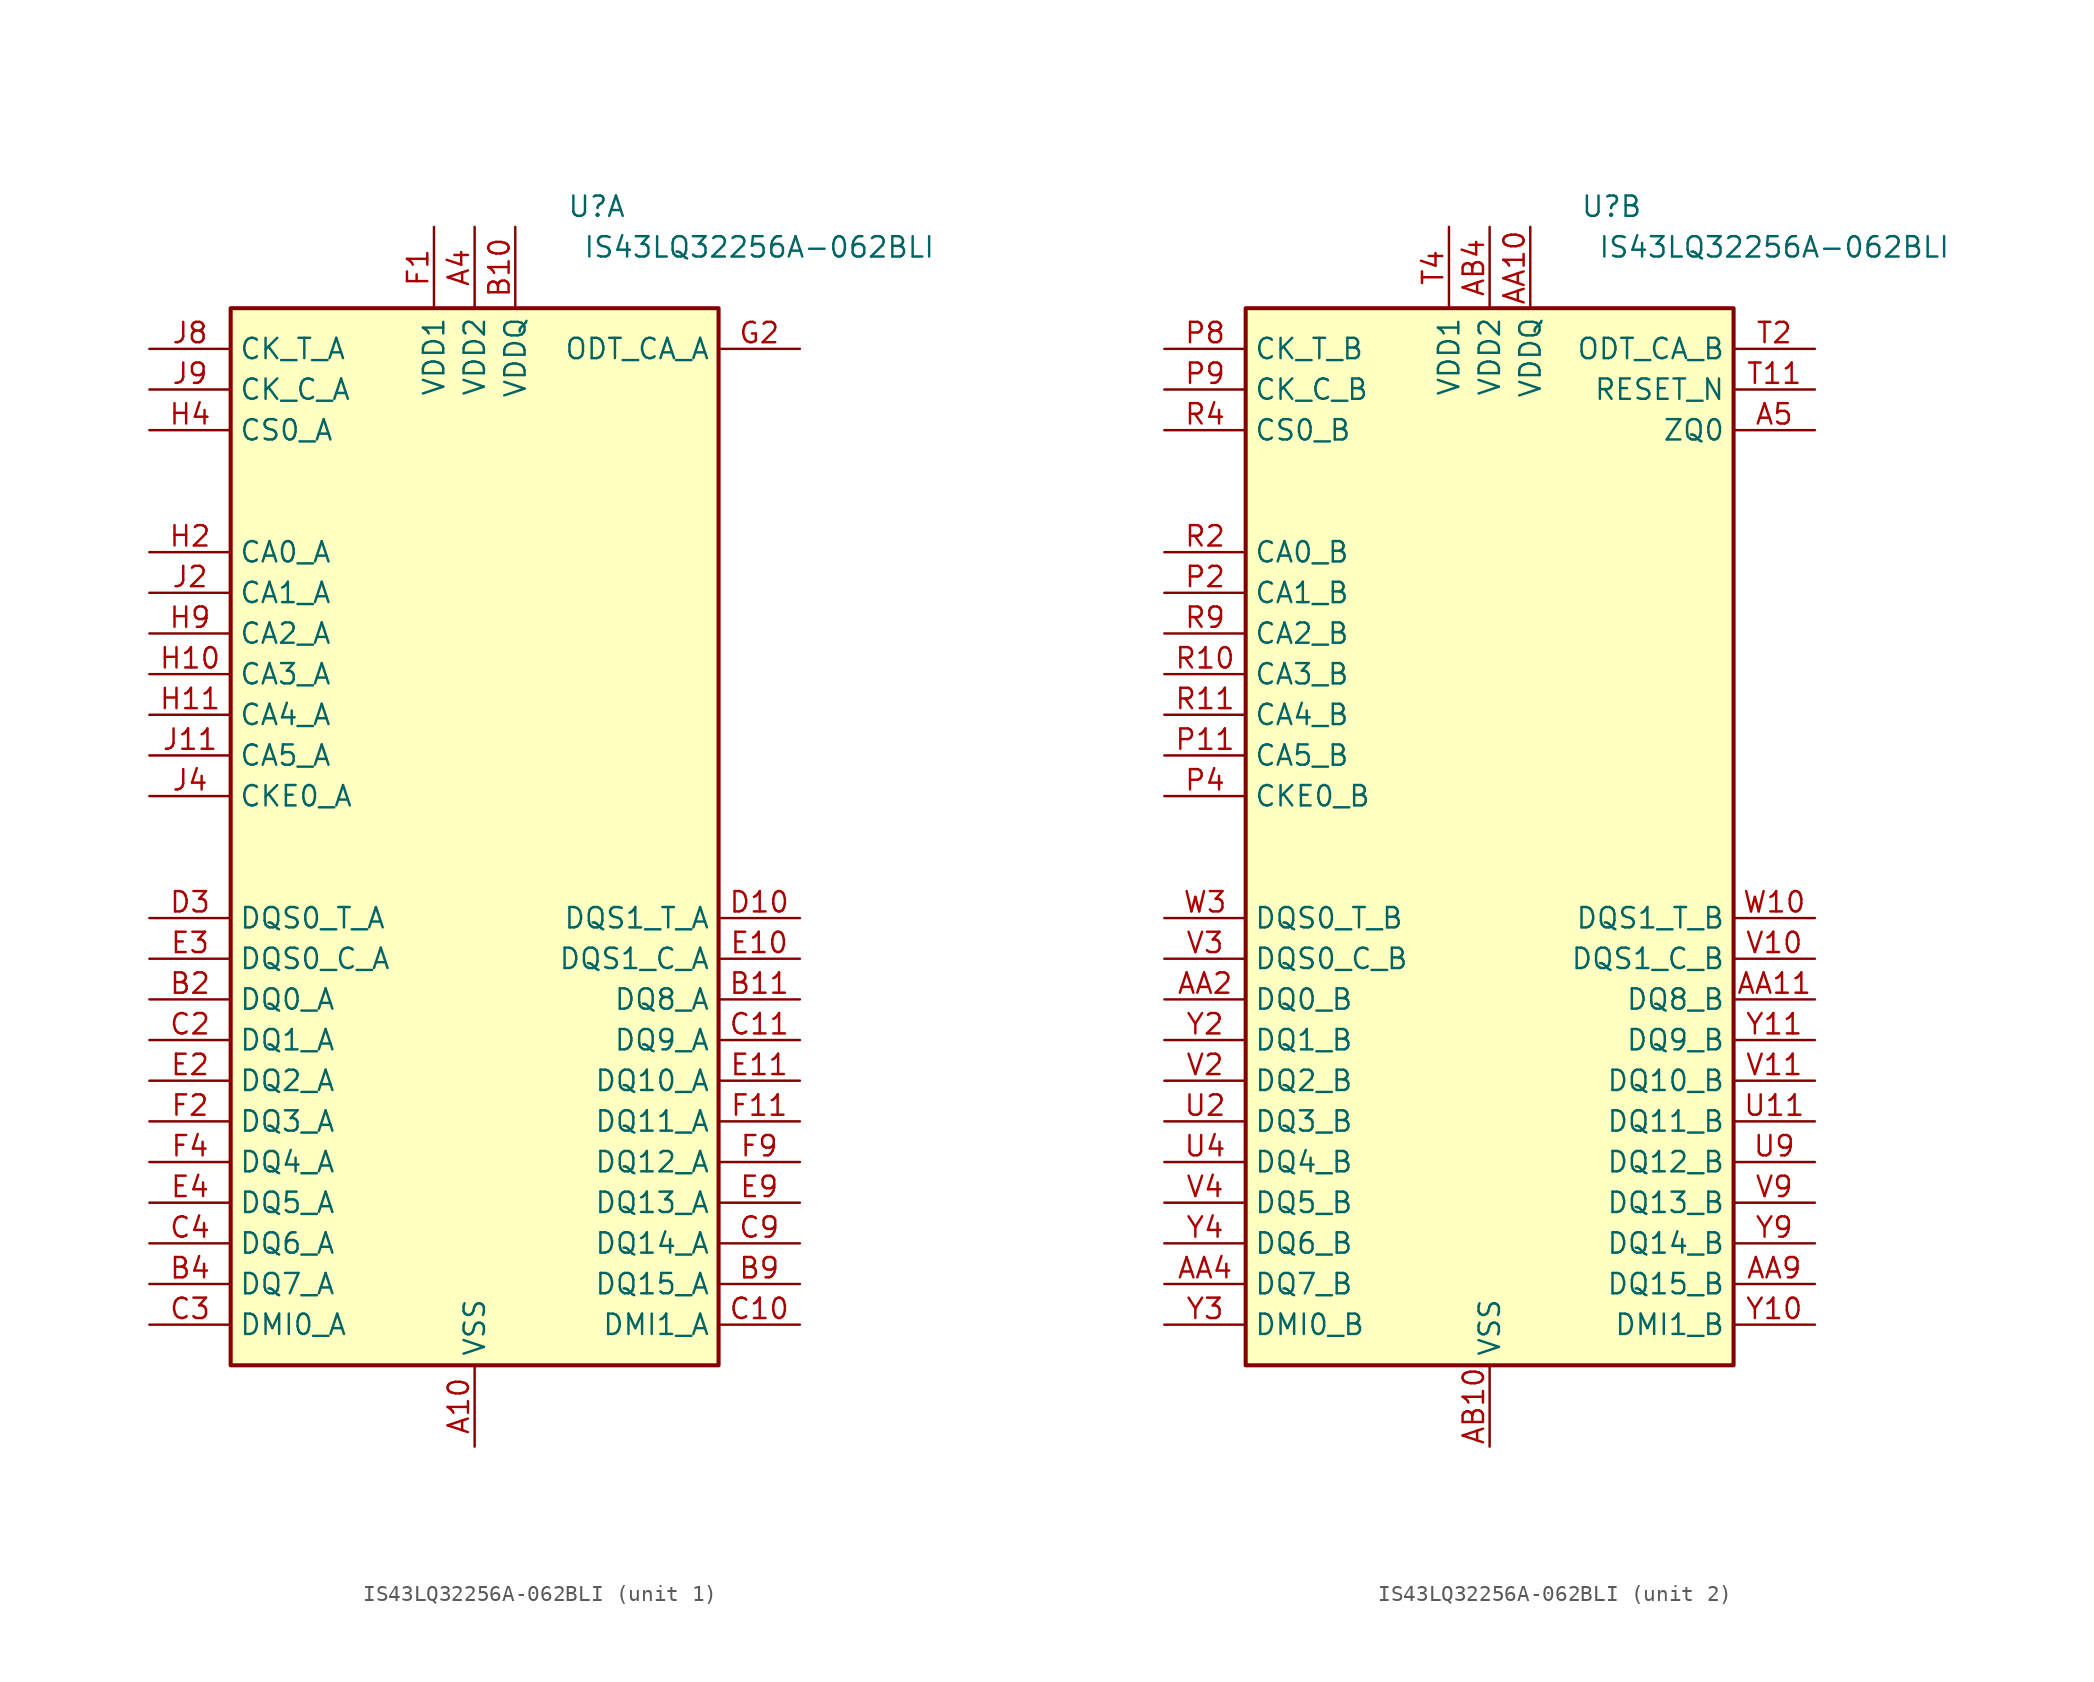
<source format=kicad_sym>
(kicad_symbol_lib
  (version 20201005)
  (generator kicad_symbol_editor)
  (symbol "Memory_RAM:IS43LQ32256A-062BLI"
    (property "Reference" "U"
      (at 7.62 39.37 0)
      (effects (font (size 1.27 1.27))))
    (property "Value" "IS43LQ32256A-062BLI"
      (at 17.78 36.83 0)
      (effects (font (size 1.27 1.27))))
    (property "ki_locked" ""
      (at 0 0 0)
      (effects (font (size 1.27 1.27))))
    (symbol "IS43LQ32256A-062BLI_1_0"
      (rectangle (start -15.24 -33.02) (end 15.24 33.02) (stroke (width 0.254)) (fill (type background))))
    (symbol "IS43LQ32256A-062BLI_1_1"
      (pin no_connect line (at 15.24 12.7 180) (length 5.08) hide (name "DNU" (effects (font (size 1.27 1.27)))) (number "A1" (effects (font (size 1.27 1.27)))))
      (pin power_in line (at 0 -38.1 90) (length 5.08) (name "VSS" (effects (font (size 1.27 1.27)))) (number "A10" (effects (font (size 1.27 1.27)))))
      (pin no_connect line (at 15.24 7.62 180) (length 5.08) hide (name "DNU" (effects (font (size 1.27 1.27)))) (number "A11" (effects (font (size 1.27 1.27)))))
      (pin no_connect line (at 15.24 5.08 180) (length 5.08) hide (name "DNU" (effects (font (size 1.27 1.27)))) (number "A12" (effects (font (size 1.27 1.27)))))
      (pin no_connect line (at 15.24 10.16 180) (length 5.08) hide (name "DNU" (effects (font (size 1.27 1.27)))) (number "A2" (effects (font (size 1.27 1.27)))))
      (pin passive line (at 0 -38.1 90) (length 5.08) hide (name "VSS" (effects (font (size 1.27 1.27)))) (number "A3" (effects (font (size 1.27 1.27)))))
      (pin power_in line (at 0 38.1 270) (length 5.08) (name "VDD2" (effects (font (size 1.27 1.27)))) (number "A4" (effects (font (size 1.27 1.27)))))
      (pin passive line (at 0 38.1 270) (length 5.08) hide (name "VDD2" (effects (font (size 1.27 1.27)))) (number "A9" (effects (font (size 1.27 1.27)))))
      (pin no_connect line (at 15.24 2.54 180) (length 5.08) hide (name "DNU" (effects (font (size 1.27 1.27)))) (number "B1" (effects (font (size 1.27 1.27)))))
      (pin power_in line (at 2.54 38.1 270) (length 5.08) (name "VDDQ" (effects (font (size 1.27 1.27)))) (number "B10" (effects (font (size 1.27 1.27)))))
      (pin bidirectional line (at 20.32 -10.16 180) (length 5.08) (name "DQ8_A" (effects (font (size 1.27 1.27)))) (number "B11" (effects (font (size 1.27 1.27)))))
      (pin no_connect line (at 15.24 0 180) (length 5.08) hide (name "DNU" (effects (font (size 1.27 1.27)))) (number "B12" (effects (font (size 1.27 1.27)))))
      (pin bidirectional line (at -20.32 -10.16 0) (length 5.08) (name "DQ0_A" (effects (font (size 1.27 1.27)))) (number "B2" (effects (font (size 1.27 1.27)))))
      (pin passive line (at 2.54 38.1 270) (length 5.08) hide (name "VDDQ" (effects (font (size 1.27 1.27)))) (number "B3" (effects (font (size 1.27 1.27)))))
      (pin bidirectional line (at -20.32 -27.94 0) (length 5.08) (name "DQ7_A" (effects (font (size 1.27 1.27)))) (number "B4" (effects (font (size 1.27 1.27)))))
      (pin passive line (at 2.54 38.1 270) (length 5.08) hide (name "VDDQ" (effects (font (size 1.27 1.27)))) (number "B5" (effects (font (size 1.27 1.27)))))
      (pin passive line (at 2.54 38.1 270) (length 5.08) hide (name "VDDQ" (effects (font (size 1.27 1.27)))) (number "B8" (effects (font (size 1.27 1.27)))))
      (pin bidirectional line (at 20.32 -27.94 180) (length 5.08) (name "DQ15_A" (effects (font (size 1.27 1.27)))) (number "B9" (effects (font (size 1.27 1.27)))))
      (pin passive line (at 0 -38.1 90) (length 5.08) hide (name "VSS" (effects (font (size 1.27 1.27)))) (number "C1" (effects (font (size 1.27 1.27)))))
      (pin bidirectional line (at 20.32 -30.48 180) (length 5.08) (name "DMI1_A" (effects (font (size 1.27 1.27)))) (number "C10" (effects (font (size 1.27 1.27)))))
      (pin bidirectional line (at 20.32 -12.7 180) (length 5.08) (name "DQ9_A" (effects (font (size 1.27 1.27)))) (number "C11" (effects (font (size 1.27 1.27)))))
      (pin passive line (at 0 -38.1 90) (length 5.08) hide (name "VSS" (effects (font (size 1.27 1.27)))) (number "C12" (effects (font (size 1.27 1.27)))))
      (pin bidirectional line (at -20.32 -12.7 0) (length 5.08) (name "DQ1_A" (effects (font (size 1.27 1.27)))) (number "C2" (effects (font (size 1.27 1.27)))))
      (pin bidirectional line (at -20.32 -30.48 0) (length 5.08) (name "DMI0_A" (effects (font (size 1.27 1.27)))) (number "C3" (effects (font (size 1.27 1.27)))))
      (pin bidirectional line (at -20.32 -25.4 0) (length 5.08) (name "DQ6_A" (effects (font (size 1.27 1.27)))) (number "C4" (effects (font (size 1.27 1.27)))))
      (pin passive line (at 0 -38.1 90) (length 5.08) hide (name "VSS" (effects (font (size 1.27 1.27)))) (number "C5" (effects (font (size 1.27 1.27)))))
      (pin passive line (at 0 -38.1 90) (length 5.08) hide (name "VSS" (effects (font (size 1.27 1.27)))) (number "C8" (effects (font (size 1.27 1.27)))))
      (pin bidirectional line (at 20.32 -25.4 180) (length 5.08) (name "DQ14_A" (effects (font (size 1.27 1.27)))) (number "C9" (effects (font (size 1.27 1.27)))))
      (pin passive line (at 2.54 38.1 270) (length 5.08) hide (name "VDDQ" (effects (font (size 1.27 1.27)))) (number "D1" (effects (font (size 1.27 1.27)))))
      (pin bidirectional line (at 20.32 -5.08 180) (length 5.08) (name "DQS1_T_A" (effects (font (size 1.27 1.27)))) (number "D10" (effects (font (size 1.27 1.27)))))
      (pin passive line (at 0 -38.1 90) (length 5.08) hide (name "VSS" (effects (font (size 1.27 1.27)))) (number "D11" (effects (font (size 1.27 1.27)))))
      (pin passive line (at 2.54 38.1 270) (length 5.08) hide (name "VDDQ" (effects (font (size 1.27 1.27)))) (number "D12" (effects (font (size 1.27 1.27)))))
      (pin passive line (at 0 -38.1 90) (length 5.08) hide (name "VSS" (effects (font (size 1.27 1.27)))) (number "D2" (effects (font (size 1.27 1.27)))))
      (pin bidirectional line (at -20.32 -5.08 0) (length 5.08) (name "DQS0_T_A" (effects (font (size 1.27 1.27)))) (number "D3" (effects (font (size 1.27 1.27)))))
      (pin passive line (at 0 -38.1 90) (length 5.08) hide (name "VSS" (effects (font (size 1.27 1.27)))) (number "D4" (effects (font (size 1.27 1.27)))))
      (pin passive line (at 2.54 38.1 270) (length 5.08) hide (name "VDDQ" (effects (font (size 1.27 1.27)))) (number "D5" (effects (font (size 1.27 1.27)))))
      (pin passive line (at 2.54 38.1 270) (length 5.08) hide (name "VDDQ" (effects (font (size 1.27 1.27)))) (number "D8" (effects (font (size 1.27 1.27)))))
      (pin passive line (at 0 -38.1 90) (length 5.08) hide (name "VSS" (effects (font (size 1.27 1.27)))) (number "D9" (effects (font (size 1.27 1.27)))))
      (pin passive line (at 0 -38.1 90) (length 5.08) hide (name "VSS" (effects (font (size 1.27 1.27)))) (number "E1" (effects (font (size 1.27 1.27)))))
      (pin bidirectional line (at 20.32 -7.62 180) (length 5.08) (name "DQS1_C_A" (effects (font (size 1.27 1.27)))) (number "E10" (effects (font (size 1.27 1.27)))))
      (pin bidirectional line (at 20.32 -15.24 180) (length 5.08) (name "DQ10_A" (effects (font (size 1.27 1.27)))) (number "E11" (effects (font (size 1.27 1.27)))))
      (pin passive line (at 0 -38.1 90) (length 5.08) hide (name "VSS" (effects (font (size 1.27 1.27)))) (number "E12" (effects (font (size 1.27 1.27)))))
      (pin bidirectional line (at -20.32 -15.24 0) (length 5.08) (name "DQ2_A" (effects (font (size 1.27 1.27)))) (number "E2" (effects (font (size 1.27 1.27)))))
      (pin bidirectional line (at -20.32 -7.62 0) (length 5.08) (name "DQS0_C_A" (effects (font (size 1.27 1.27)))) (number "E3" (effects (font (size 1.27 1.27)))))
      (pin bidirectional line (at -20.32 -22.86 0) (length 5.08) (name "DQ5_A" (effects (font (size 1.27 1.27)))) (number "E4" (effects (font (size 1.27 1.27)))))
      (pin passive line (at 0 -38.1 90) (length 5.08) hide (name "VSS" (effects (font (size 1.27 1.27)))) (number "E5" (effects (font (size 1.27 1.27)))))
      (pin passive line (at 0 -38.1 90) (length 5.08) hide (name "VSS" (effects (font (size 1.27 1.27)))) (number "E8" (effects (font (size 1.27 1.27)))))
      (pin bidirectional line (at 20.32 -22.86 180) (length 5.08) (name "DQ13_A" (effects (font (size 1.27 1.27)))) (number "E9" (effects (font (size 1.27 1.27)))))
      (pin power_in line (at -2.54 38.1 270) (length 5.08) (name "VDD1" (effects (font (size 1.27 1.27)))) (number "F1" (effects (font (size 1.27 1.27)))))
      (pin passive line (at 2.54 38.1 270) (length 5.08) hide (name "VDDQ" (effects (font (size 1.27 1.27)))) (number "F10" (effects (font (size 1.27 1.27)))))
      (pin bidirectional line (at 20.32 -17.78 180) (length 5.08) (name "DQ11_A" (effects (font (size 1.27 1.27)))) (number "F11" (effects (font (size 1.27 1.27)))))
      (pin passive line (at -2.54 38.1 270) (length 5.08) hide (name "VDD1" (effects (font (size 1.27 1.27)))) (number "F12" (effects (font (size 1.27 1.27)))))
      (pin bidirectional line (at -20.32 -17.78 0) (length 5.08) (name "DQ3_A" (effects (font (size 1.27 1.27)))) (number "F2" (effects (font (size 1.27 1.27)))))
      (pin passive line (at 2.54 38.1 270) (length 5.08) hide (name "VDDQ" (effects (font (size 1.27 1.27)))) (number "F3" (effects (font (size 1.27 1.27)))))
      (pin bidirectional line (at -20.32 -20.32 0) (length 5.08) (name "DQ4_A" (effects (font (size 1.27 1.27)))) (number "F4" (effects (font (size 1.27 1.27)))))
      (pin passive line (at 0 38.1 270) (length 5.08) hide (name "VDD2" (effects (font (size 1.27 1.27)))) (number "F5" (effects (font (size 1.27 1.27)))))
      (pin passive line (at 0 38.1 270) (length 5.08) hide (name "VDD2" (effects (font (size 1.27 1.27)))) (number "F8" (effects (font (size 1.27 1.27)))))
      (pin bidirectional line (at 20.32 -20.32 180) (length 5.08) (name "DQ12_A" (effects (font (size 1.27 1.27)))) (number "F9" (effects (font (size 1.27 1.27)))))
      (pin passive line (at 0 -38.1 90) (length 5.08) hide (name "VSS" (effects (font (size 1.27 1.27)))) (number "G1" (effects (font (size 1.27 1.27)))))
      (pin passive line (at 0 -38.1 90) (length 5.08) hide (name "VSS" (effects (font (size 1.27 1.27)))) (number "G10" (effects (font (size 1.27 1.27)))))
      (pin passive line (at 0 -38.1 90) (length 5.08) hide (name "VSS" (effects (font (size 1.27 1.27)))) (number "G12" (effects (font (size 1.27 1.27)))))
      (pin input line (at 20.32 30.48 180) (length 5.08) (name "ODT_CA_A" (effects (font (size 1.27 1.27)))) (number "G2" (effects (font (size 1.27 1.27)))))
      (pin passive line (at 0 -38.1 90) (length 5.08) hide (name "VSS" (effects (font (size 1.27 1.27)))) (number "G3" (effects (font (size 1.27 1.27)))))
      (pin passive line (at -2.54 38.1 270) (length 5.08) hide (name "VDD1" (effects (font (size 1.27 1.27)))) (number "G4" (effects (font (size 1.27 1.27)))))
      (pin passive line (at 0 -38.1 90) (length 5.08) hide (name "VSS" (effects (font (size 1.27 1.27)))) (number "G5" (effects (font (size 1.27 1.27)))))
      (pin passive line (at 0 -38.1 90) (length 5.08) hide (name "VSS" (effects (font (size 1.27 1.27)))) (number "G8" (effects (font (size 1.27 1.27)))))
      (pin passive line (at -2.54 38.1 270) (length 5.08) hide (name "VDD1" (effects (font (size 1.27 1.27)))) (number "G9" (effects (font (size 1.27 1.27)))))
      (pin passive line (at 0 38.1 270) (length 5.08) hide (name "VDD2" (effects (font (size 1.27 1.27)))) (number "H1" (effects (font (size 1.27 1.27)))))
      (pin input line (at -20.32 10.16 0) (length 5.08) (name "CA3_A" (effects (font (size 1.27 1.27)))) (number "H10" (effects (font (size 1.27 1.27)))))
      (pin input line (at -20.32 7.62 0) (length 5.08) (name "CA4_A" (effects (font (size 1.27 1.27)))) (number "H11" (effects (font (size 1.27 1.27)))))
      (pin passive line (at 0 38.1 270) (length 5.08) hide (name "VDD2" (effects (font (size 1.27 1.27)))) (number "H12" (effects (font (size 1.27 1.27)))))
      (pin input line (at -20.32 17.78 0) (length 5.08) (name "CA0_A" (effects (font (size 1.27 1.27)))) (number "H2" (effects (font (size 1.27 1.27)))))
      (pin no_connect line (at -15.24 22.86 0) (length 5.08) hide (name "NC" (effects (font (size 1.27 1.27)))) (number "H3" (effects (font (size 1.27 1.27)))))
      (pin input line (at -20.32 25.4 0) (length 5.08) (name "CS0_A" (effects (font (size 1.27 1.27)))) (number "H4" (effects (font (size 1.27 1.27)))))
      (pin passive line (at 0 38.1 270) (length 5.08) hide (name "VDD2" (effects (font (size 1.27 1.27)))) (number "H5" (effects (font (size 1.27 1.27)))))
      (pin passive line (at 0 38.1 270) (length 5.08) hide (name "VDD2" (effects (font (size 1.27 1.27)))) (number "H8" (effects (font (size 1.27 1.27)))))
      (pin input line (at -20.32 12.7 0) (length 5.08) (name "CA2_A" (effects (font (size 1.27 1.27)))) (number "H9" (effects (font (size 1.27 1.27)))))
      (pin passive line (at 0 -38.1 90) (length 5.08) hide (name "VSS" (effects (font (size 1.27 1.27)))) (number "J1" (effects (font (size 1.27 1.27)))))
      (pin passive line (at 0 -38.1 90) (length 5.08) hide (name "VSS" (effects (font (size 1.27 1.27)))) (number "J10" (effects (font (size 1.27 1.27)))))
      (pin input line (at -20.32 5.08 0) (length 5.08) (name "CA5_A" (effects (font (size 1.27 1.27)))) (number "J11" (effects (font (size 1.27 1.27)))))
      (pin passive line (at 0 -38.1 90) (length 5.08) hide (name "VSS" (effects (font (size 1.27 1.27)))) (number "J12" (effects (font (size 1.27 1.27)))))
      (pin input line (at -20.32 15.24 0) (length 5.08) (name "CA1_A" (effects (font (size 1.27 1.27)))) (number "J2" (effects (font (size 1.27 1.27)))))
      (pin passive line (at 0 -38.1 90) (length 5.08) hide (name "VSS" (effects (font (size 1.27 1.27)))) (number "J3" (effects (font (size 1.27 1.27)))))
      (pin input line (at -20.32 2.54 0) (length 5.08) (name "CKE0_A" (effects (font (size 1.27 1.27)))) (number "J4" (effects (font (size 1.27 1.27)))))
      (pin no_connect line (at -15.24 0 0) (length 5.08) hide (name "NC" (effects (font (size 1.27 1.27)))) (number "J5" (effects (font (size 1.27 1.27)))))
      (pin input line (at -20.32 30.48 0) (length 5.08) (name "CK_T_A" (effects (font (size 1.27 1.27)))) (number "J8" (effects (font (size 1.27 1.27)))))
      (pin input line (at -20.32 27.94 0) (length 5.08) (name "CK_C_A" (effects (font (size 1.27 1.27)))) (number "J9" (effects (font (size 1.27 1.27)))))
      (pin passive line (at 0 38.1 270) (length 5.08) hide (name "VDD2" (effects (font (size 1.27 1.27)))) (number "K1" (effects (font (size 1.27 1.27)))))
      (pin passive line (at 0 38.1 270) (length 5.08) hide (name "VDD2" (effects (font (size 1.27 1.27)))) (number "K10" (effects (font (size 1.27 1.27)))))
      (pin passive line (at 0 -38.1 90) (length 5.08) hide (name "VSS" (effects (font (size 1.27 1.27)))) (number "K11" (effects (font (size 1.27 1.27)))))
      (pin passive line (at 0 38.1 270) (length 5.08) hide (name "VDD2" (effects (font (size 1.27 1.27)))) (number "K12" (effects (font (size 1.27 1.27)))))
      (pin passive line (at 0 -38.1 90) (length 5.08) hide (name "VSS" (effects (font (size 1.27 1.27)))) (number "K2" (effects (font (size 1.27 1.27)))))
      (pin passive line (at 0 38.1 270) (length 5.08) hide (name "VDD2" (effects (font (size 1.27 1.27)))) (number "K3" (effects (font (size 1.27 1.27)))))
      (pin passive line (at 0 -38.1 90) (length 5.08) hide (name "VSS" (effects (font (size 1.27 1.27)))) (number "K4" (effects (font (size 1.27 1.27)))))
      (pin no_connect line (at -15.24 20.32 0) (length 5.08) hide (name "NC" (effects (font (size 1.27 1.27)))) (number "K5" (effects (font (size 1.27 1.27)))))
      (pin no_connect line (at -15.24 -2.54 0) (length 5.08) hide (name "NC" (effects (font (size 1.27 1.27)))) (number "K8" (effects (font (size 1.27 1.27)))))
      (pin passive line (at 0 -38.1 90) (length 5.08) hide (name "VSS" (effects (font (size 1.27 1.27)))) (number "K9" (effects (font (size 1.27 1.27))))))
    (symbol "IS43LQ32256A-062BLI_2_0"
      (rectangle (start -15.24 -33.02) (end 15.24 33.02) (stroke (width 0.254)) (fill (type background))))
    (symbol "IS43LQ32256A-062BLI_2_1"
      (pin input line (at 20.32 25.4 180) (length 5.08) (name "ZQ0" (effects (font (size 1.27 1.27)))) (number "A5" (effects (font (size 1.27 1.27)))))
      (pin no_connect line (at 15.24 22.86 180) (length 5.08) hide (name "NC" (effects (font (size 1.27 1.27)))) (number "A8" (effects (font (size 1.27 1.27)))))
      (pin no_connect line (at 15.24 12.7 180) (length 5.08) hide (name "DNU" (effects (font (size 1.27 1.27)))) (number "AA1" (effects (font (size 1.27 1.27)))))
      (pin power_in line (at 2.54 38.1 270) (length 5.08) (name "VDDQ" (effects (font (size 1.27 1.27)))) (number "AA10" (effects (font (size 1.27 1.27)))))
      (pin bidirectional line (at 20.32 -10.16 180) (length 5.08) (name "DQ8_B" (effects (font (size 1.27 1.27)))) (number "AA11" (effects (font (size 1.27 1.27)))))
      (pin no_connect line (at 15.24 10.16 180) (length 5.08) hide (name "DNU" (effects (font (size 1.27 1.27)))) (number "AA12" (effects (font (size 1.27 1.27)))))
      (pin bidirectional line (at -20.32 -10.16 0) (length 5.08) (name "DQ0_B" (effects (font (size 1.27 1.27)))) (number "AA2" (effects (font (size 1.27 1.27)))))
      (pin passive line (at 2.54 38.1 270) (length 5.08) hide (name "VDDQ" (effects (font (size 1.27 1.27)))) (number "AA3" (effects (font (size 1.27 1.27)))))
      (pin bidirectional line (at -20.32 -27.94 0) (length 5.08) (name "DQ7_B" (effects (font (size 1.27 1.27)))) (number "AA4" (effects (font (size 1.27 1.27)))))
      (pin passive line (at 2.54 38.1 270) (length 5.08) hide (name "VDDQ" (effects (font (size 1.27 1.27)))) (number "AA5" (effects (font (size 1.27 1.27)))))
      (pin passive line (at 2.54 38.1 270) (length 5.08) hide (name "VDDQ" (effects (font (size 1.27 1.27)))) (number "AA8" (effects (font (size 1.27 1.27)))))
      (pin bidirectional line (at 20.32 -27.94 180) (length 5.08) (name "DQ15_B" (effects (font (size 1.27 1.27)))) (number "AA9" (effects (font (size 1.27 1.27)))))
      (pin no_connect line (at 15.24 7.62 180) (length 5.08) hide (name "DNU" (effects (font (size 1.27 1.27)))) (number "AB1" (effects (font (size 1.27 1.27)))))
      (pin power_in line (at 0 -38.1 90) (length 5.08) (name "VSS" (effects (font (size 1.27 1.27)))) (number "AB10" (effects (font (size 1.27 1.27)))))
      (pin no_connect line (at 15.24 2.54 180) (length 5.08) hide (name "DNU" (effects (font (size 1.27 1.27)))) (number "AB11" (effects (font (size 1.27 1.27)))))
      (pin no_connect line (at 15.24 0 180) (length 5.08) hide (name "DNU" (effects (font (size 1.27 1.27)))) (number "AB12" (effects (font (size 1.27 1.27)))))
      (pin no_connect line (at 15.24 5.08 180) (length 5.08) hide (name "DNU" (effects (font (size 1.27 1.27)))) (number "AB2" (effects (font (size 1.27 1.27)))))
      (pin passive line (at 0 -38.1 90) (length 5.08) hide (name "VSS" (effects (font (size 1.27 1.27)))) (number "AB3" (effects (font (size 1.27 1.27)))))
      (pin power_in line (at 0 38.1 270) (length 5.08) (name "VDD2" (effects (font (size 1.27 1.27)))) (number "AB4" (effects (font (size 1.27 1.27)))))
      (pin passive line (at 0 -38.1 90) (length 5.08) hide (name "VSS" (effects (font (size 1.27 1.27)))) (number "AB5" (effects (font (size 1.27 1.27)))))
      (pin passive line (at 0 -38.1 90) (length 5.08) hide (name "VSS" (effects (font (size 1.27 1.27)))) (number "AB8" (effects (font (size 1.27 1.27)))))
      (pin passive line (at 0 38.1 270) (length 5.08) hide (name "VDD2" (effects (font (size 1.27 1.27)))) (number "AB9" (effects (font (size 1.27 1.27)))))
      (pin no_connect line (at 15.24 20.32 180) (length 5.08) hide (name "NC" (effects (font (size 1.27 1.27)))) (number "G11" (effects (font (size 1.27 1.27)))))
      (pin passive line (at 0 38.1 270) (length 5.08) hide (name "VDD2" (effects (font (size 1.27 1.27)))) (number "N1" (effects (font (size 1.27 1.27)))))
      (pin passive line (at 0 38.1 270) (length 5.08) hide (name "VDD2" (effects (font (size 1.27 1.27)))) (number "N10" (effects (font (size 1.27 1.27)))))
      (pin passive line (at 0 -38.1 90) (length 5.08) hide (name "VSS" (effects (font (size 1.27 1.27)))) (number "N11" (effects (font (size 1.27 1.27)))))
      (pin passive line (at 0 38.1 270) (length 5.08) hide (name "VDD2" (effects (font (size 1.27 1.27)))) (number "N12" (effects (font (size 1.27 1.27)))))
      (pin passive line (at 0 -38.1 90) (length 5.08) hide (name "VSS" (effects (font (size 1.27 1.27)))) (number "N2" (effects (font (size 1.27 1.27)))))
      (pin passive line (at 0 38.1 270) (length 5.08) hide (name "VDD2" (effects (font (size 1.27 1.27)))) (number "N3" (effects (font (size 1.27 1.27)))))
      (pin passive line (at 0 -38.1 90) (length 5.08) hide (name "VSS" (effects (font (size 1.27 1.27)))) (number "N4" (effects (font (size 1.27 1.27)))))
      (pin no_connect line (at -15.24 20.32 0) (length 5.08) hide (name "NC" (effects (font (size 1.27 1.27)))) (number "N5" (effects (font (size 1.27 1.27)))))
      (pin no_connect line (at -15.24 -2.54 0) (length 5.08) hide (name "NC" (effects (font (size 1.27 1.27)))) (number "N8" (effects (font (size 1.27 1.27)))))
      (pin passive line (at 0 -38.1 90) (length 5.08) hide (name "VSS" (effects (font (size 1.27 1.27)))) (number "N9" (effects (font (size 1.27 1.27)))))
      (pin passive line (at 0 -38.1 90) (length 5.08) hide (name "VSS" (effects (font (size 1.27 1.27)))) (number "P1" (effects (font (size 1.27 1.27)))))
      (pin passive line (at 0 -38.1 90) (length 5.08) hide (name "VSS" (effects (font (size 1.27 1.27)))) (number "P10" (effects (font (size 1.27 1.27)))))
      (pin input line (at -20.32 5.08 0) (length 5.08) (name "CA5_B" (effects (font (size 1.27 1.27)))) (number "P11" (effects (font (size 1.27 1.27)))))
      (pin passive line (at 0 -38.1 90) (length 5.08) hide (name "VSS" (effects (font (size 1.27 1.27)))) (number "P12" (effects (font (size 1.27 1.27)))))
      (pin input line (at -20.32 15.24 0) (length 5.08) (name "CA1_B" (effects (font (size 1.27 1.27)))) (number "P2" (effects (font (size 1.27 1.27)))))
      (pin passive line (at 0 -38.1 90) (length 5.08) hide (name "VSS" (effects (font (size 1.27 1.27)))) (number "P3" (effects (font (size 1.27 1.27)))))
      (pin input line (at -20.32 2.54 0) (length 5.08) (name "CKE0_B" (effects (font (size 1.27 1.27)))) (number "P4" (effects (font (size 1.27 1.27)))))
      (pin no_connect line (at -15.24 0 0) (length 5.08) hide (name "NC" (effects (font (size 1.27 1.27)))) (number "P5" (effects (font (size 1.27 1.27)))))
      (pin input line (at -20.32 30.48 0) (length 5.08) (name "CK_T_B" (effects (font (size 1.27 1.27)))) (number "P8" (effects (font (size 1.27 1.27)))))
      (pin input line (at -20.32 27.94 0) (length 5.08) (name "CK_C_B" (effects (font (size 1.27 1.27)))) (number "P9" (effects (font (size 1.27 1.27)))))
      (pin passive line (at 0 38.1 270) (length 5.08) hide (name "VDD2" (effects (font (size 1.27 1.27)))) (number "R1" (effects (font (size 1.27 1.27)))))
      (pin input line (at -20.32 10.16 0) (length 5.08) (name "CA3_B" (effects (font (size 1.27 1.27)))) (number "R10" (effects (font (size 1.27 1.27)))))
      (pin input line (at -20.32 7.62 0) (length 5.08) (name "CA4_B" (effects (font (size 1.27 1.27)))) (number "R11" (effects (font (size 1.27 1.27)))))
      (pin passive line (at 0 38.1 270) (length 5.08) hide (name "VDD2" (effects (font (size 1.27 1.27)))) (number "R12" (effects (font (size 1.27 1.27)))))
      (pin input line (at -20.32 17.78 0) (length 5.08) (name "CA0_B" (effects (font (size 1.27 1.27)))) (number "R2" (effects (font (size 1.27 1.27)))))
      (pin no_connect line (at -15.24 22.86 0) (length 5.08) hide (name "NC" (effects (font (size 1.27 1.27)))) (number "R3" (effects (font (size 1.27 1.27)))))
      (pin input line (at -20.32 25.4 0) (length 5.08) (name "CS0_B" (effects (font (size 1.27 1.27)))) (number "R4" (effects (font (size 1.27 1.27)))))
      (pin passive line (at 0 38.1 270) (length 5.08) hide (name "VDD2" (effects (font (size 1.27 1.27)))) (number "R5" (effects (font (size 1.27 1.27)))))
      (pin passive line (at 0 38.1 270) (length 5.08) hide (name "VDD2" (effects (font (size 1.27 1.27)))) (number "R8" (effects (font (size 1.27 1.27)))))
      (pin input line (at -20.32 12.7 0) (length 5.08) (name "CA2_B" (effects (font (size 1.27 1.27)))) (number "R9" (effects (font (size 1.27 1.27)))))
      (pin passive line (at 0 -38.1 90) (length 5.08) hide (name "VSS" (effects (font (size 1.27 1.27)))) (number "T1" (effects (font (size 1.27 1.27)))))
      (pin passive line (at 0 -38.1 90) (length 5.08) hide (name "VSS" (effects (font (size 1.27 1.27)))) (number "T10" (effects (font (size 1.27 1.27)))))
      (pin input line (at 20.32 27.94 180) (length 5.08) (name "RESET_N" (effects (font (size 1.27 1.27)))) (number "T11" (effects (font (size 1.27 1.27)))))
      (pin passive line (at 0 -38.1 90) (length 5.08) hide (name "VSS" (effects (font (size 1.27 1.27)))) (number "T12" (effects (font (size 1.27 1.27)))))
      (pin input line (at 20.32 30.48 180) (length 5.08) (name "ODT_CA_B" (effects (font (size 1.27 1.27)))) (number "T2" (effects (font (size 1.27 1.27)))))
      (pin passive line (at 0 -38.1 90) (length 5.08) hide (name "VSS" (effects (font (size 1.27 1.27)))) (number "T3" (effects (font (size 1.27 1.27)))))
      (pin power_in line (at -2.54 38.1 270) (length 5.08) (name "VDD1" (effects (font (size 1.27 1.27)))) (number "T4" (effects (font (size 1.27 1.27)))))
      (pin passive line (at 0 -38.1 90) (length 5.08) hide (name "VSS" (effects (font (size 1.27 1.27)))) (number "T5" (effects (font (size 1.27 1.27)))))
      (pin passive line (at 0 -38.1 90) (length 5.08) hide (name "VSS" (effects (font (size 1.27 1.27)))) (number "T8" (effects (font (size 1.27 1.27)))))
      (pin passive line (at -2.54 38.1 270) (length 5.08) hide (name "VDD1" (effects (font (size 1.27 1.27)))) (number "T9" (effects (font (size 1.27 1.27)))))
      (pin passive line (at -2.54 38.1 270) (length 5.08) hide (name "VDD1" (effects (font (size 1.27 1.27)))) (number "U1" (effects (font (size 1.27 1.27)))))
      (pin passive line (at 2.54 38.1 270) (length 5.08) hide (name "VDDQ" (effects (font (size 1.27 1.27)))) (number "U10" (effects (font (size 1.27 1.27)))))
      (pin bidirectional line (at 20.32 -17.78 180) (length 5.08) (name "DQ11_B" (effects (font (size 1.27 1.27)))) (number "U11" (effects (font (size 1.27 1.27)))))
      (pin passive line (at -2.54 38.1 270) (length 5.08) hide (name "VDD1" (effects (font (size 1.27 1.27)))) (number "U12" (effects (font (size 1.27 1.27)))))
      (pin bidirectional line (at -20.32 -17.78 0) (length 5.08) (name "DQ3_B" (effects (font (size 1.27 1.27)))) (number "U2" (effects (font (size 1.27 1.27)))))
      (pin passive line (at 2.54 38.1 270) (length 5.08) hide (name "VDDQ" (effects (font (size 1.27 1.27)))) (number "U3" (effects (font (size 1.27 1.27)))))
      (pin bidirectional line (at -20.32 -20.32 0) (length 5.08) (name "DQ4_B" (effects (font (size 1.27 1.27)))) (number "U4" (effects (font (size 1.27 1.27)))))
      (pin passive line (at 0 38.1 270) (length 5.08) hide (name "VDD2" (effects (font (size 1.27 1.27)))) (number "U5" (effects (font (size 1.27 1.27)))))
      (pin passive line (at 0 38.1 270) (length 5.08) hide (name "VDD2" (effects (font (size 1.27 1.27)))) (number "U8" (effects (font (size 1.27 1.27)))))
      (pin bidirectional line (at 20.32 -20.32 180) (length 5.08) (name "DQ12_B" (effects (font (size 1.27 1.27)))) (number "U9" (effects (font (size 1.27 1.27)))))
      (pin passive line (at 0 -38.1 90) (length 5.08) hide (name "VSS" (effects (font (size 1.27 1.27)))) (number "V1" (effects (font (size 1.27 1.27)))))
      (pin bidirectional line (at 20.32 -7.62 180) (length 5.08) (name "DQS1_C_B" (effects (font (size 1.27 1.27)))) (number "V10" (effects (font (size 1.27 1.27)))))
      (pin bidirectional line (at 20.32 -15.24 180) (length 5.08) (name "DQ10_B" (effects (font (size 1.27 1.27)))) (number "V11" (effects (font (size 1.27 1.27)))))
      (pin passive line (at 0 -38.1 90) (length 5.08) hide (name "VSS" (effects (font (size 1.27 1.27)))) (number "V12" (effects (font (size 1.27 1.27)))))
      (pin bidirectional line (at -20.32 -15.24 0) (length 5.08) (name "DQ2_B" (effects (font (size 1.27 1.27)))) (number "V2" (effects (font (size 1.27 1.27)))))
      (pin bidirectional line (at -20.32 -7.62 0) (length 5.08) (name "DQS0_C_B" (effects (font (size 1.27 1.27)))) (number "V3" (effects (font (size 1.27 1.27)))))
      (pin bidirectional line (at -20.32 -22.86 0) (length 5.08) (name "DQ5_B" (effects (font (size 1.27 1.27)))) (number "V4" (effects (font (size 1.27 1.27)))))
      (pin passive line (at 0 -38.1 90) (length 5.08) hide (name "VSS" (effects (font (size 1.27 1.27)))) (number "V5" (effects (font (size 1.27 1.27)))))
      (pin passive line (at 0 -38.1 90) (length 5.08) hide (name "VSS" (effects (font (size 1.27 1.27)))) (number "V8" (effects (font (size 1.27 1.27)))))
      (pin bidirectional line (at 20.32 -22.86 180) (length 5.08) (name "DQ13_B" (effects (font (size 1.27 1.27)))) (number "V9" (effects (font (size 1.27 1.27)))))
      (pin passive line (at 2.54 38.1 270) (length 5.08) hide (name "VDDQ" (effects (font (size 1.27 1.27)))) (number "W1" (effects (font (size 1.27 1.27)))))
      (pin bidirectional line (at 20.32 -5.08 180) (length 5.08) (name "DQS1_T_B" (effects (font (size 1.27 1.27)))) (number "W10" (effects (font (size 1.27 1.27)))))
      (pin passive line (at 0 -38.1 90) (length 5.08) hide (name "VSS" (effects (font (size 1.27 1.27)))) (number "W11" (effects (font (size 1.27 1.27)))))
      (pin passive line (at 2.54 38.1 270) (length 5.08) hide (name "VDDQ" (effects (font (size 1.27 1.27)))) (number "W12" (effects (font (size 1.27 1.27)))))
      (pin passive line (at 0 -38.1 90) (length 5.08) hide (name "VSS" (effects (font (size 1.27 1.27)))) (number "W2" (effects (font (size 1.27 1.27)))))
      (pin bidirectional line (at -20.32 -5.08 0) (length 5.08) (name "DQS0_T_B" (effects (font (size 1.27 1.27)))) (number "W3" (effects (font (size 1.27 1.27)))))
      (pin passive line (at 0 -38.1 90) (length 5.08) hide (name "VSS" (effects (font (size 1.27 1.27)))) (number "W4" (effects (font (size 1.27 1.27)))))
      (pin passive line (at 2.54 38.1 270) (length 5.08) hide (name "VDDQ" (effects (font (size 1.27 1.27)))) (number "W5" (effects (font (size 1.27 1.27)))))
      (pin passive line (at 2.54 38.1 270) (length 5.08) hide (name "VDDQ" (effects (font (size 1.27 1.27)))) (number "W8" (effects (font (size 1.27 1.27)))))
      (pin passive line (at 0 -38.1 90) (length 5.08) hide (name "VSS" (effects (font (size 1.27 1.27)))) (number "W9" (effects (font (size 1.27 1.27)))))
      (pin passive line (at 0 -38.1 90) (length 5.08) hide (name "VSS" (effects (font (size 1.27 1.27)))) (number "Y1" (effects (font (size 1.27 1.27)))))
      (pin bidirectional line (at 20.32 -30.48 180) (length 5.08) (name "DMI1_B" (effects (font (size 1.27 1.27)))) (number "Y10" (effects (font (size 1.27 1.27)))))
      (pin bidirectional line (at 20.32 -12.7 180) (length 5.08) (name "DQ9_B" (effects (font (size 1.27 1.27)))) (number "Y11" (effects (font (size 1.27 1.27)))))
      (pin passive line (at 0 -38.1 90) (length 5.08) hide (name "VSS" (effects (font (size 1.27 1.27)))) (number "Y12" (effects (font (size 1.27 1.27)))))
      (pin bidirectional line (at -20.32 -12.7 0) (length 5.08) (name "DQ1_B" (effects (font (size 1.27 1.27)))) (number "Y2" (effects (font (size 1.27 1.27)))))
      (pin bidirectional line (at -20.32 -30.48 0) (length 5.08) (name "DMI0_B" (effects (font (size 1.27 1.27)))) (number "Y3" (effects (font (size 1.27 1.27)))))
      (pin bidirectional line (at -20.32 -25.4 0) (length 5.08) (name "DQ6_B" (effects (font (size 1.27 1.27)))) (number "Y4" (effects (font (size 1.27 1.27)))))
      (pin passive line (at 0 -38.1 90) (length 5.08) hide (name "VSS" (effects (font (size 1.27 1.27)))) (number "Y5" (effects (font (size 1.27 1.27)))))
      (pin passive line (at 0 -38.1 90) (length 5.08) hide (name "VSS" (effects (font (size 1.27 1.27)))) (number "Y8" (effects (font (size 1.27 1.27)))))
      (pin bidirectional line (at 20.32 -25.4 180) (length 5.08) (name "DQ14_B" (effects (font (size 1.27 1.27)))) (number "Y9" (effects (font (size 1.27 1.27))))))))
</source>
